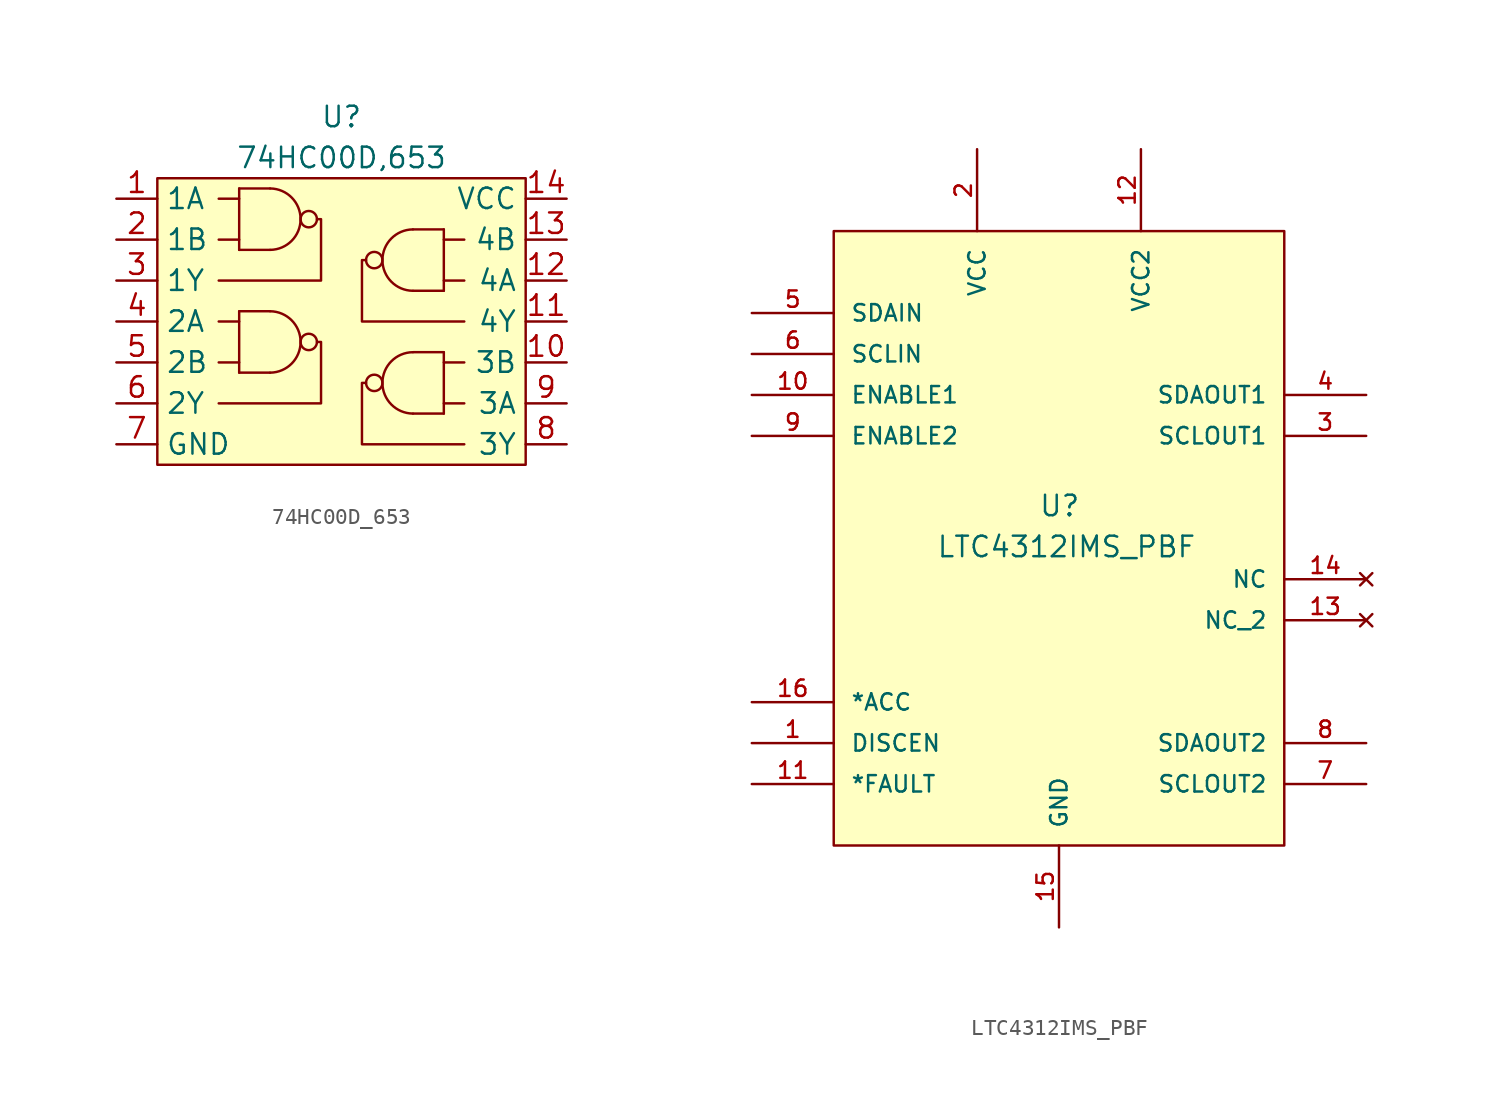
<source format=kicad_sym>
(kicad_symbol_lib
  (version 20220914)
  (generator kicad_symbol_editor)
  (symbol "74HC00D_653"
    (property "Reference" "U"
      (at 0 12.7 0)
      (effects (font (size 1.27 1.27))))
    (property "Value" "74HC00D,653"
      (at 0 10.16 0)
      (effects (font (size 1.27 1.27))))
    (symbol "74HC00D_653_0_1"
      (arc (start -4.4255 -3.175) (mid -2.5399 -1.27) (end -4.4255 0.635) (stroke (width 0) (type default)) (fill (type none)))
      (arc (start -4.4255 4.445) (mid -2.5399 6.35) (end -4.4255 8.255) (stroke (width 0) (type default)) (fill (type none)))
      (circle (center -2.032 -1.27) (radius 0.508) (stroke (width 0) (type default)) (fill (type none)))
      (circle (center -2.032 6.35) (radius 0.508) (stroke (width 0) (type default)) (fill (type none)))
      (polyline (pts (xy -7.62 -2.54) (xy -6.35 -2.54)) (stroke (width 0) (type default)) (fill (type none)))
      (polyline (pts (xy -7.62 0) (xy -6.35 0)) (stroke (width 0) (type default)) (fill (type none)))
      (polyline (pts (xy -7.62 5.08) (xy -6.35 5.08)) (stroke (width 0) (type default)) (fill (type none)))
      (polyline (pts (xy -7.62 7.62) (xy -6.35 7.62)) (stroke (width 0) (type default)) (fill (type none)))
      (polyline (pts (xy -6.35 -3.175) (xy -4.445 -3.175)) (stroke (width 0) (type default)) (fill (type none)))
      (polyline (pts (xy -6.35 0.635) (xy -6.35 -3.175)) (stroke (width 0) (type default)) (fill (type none)))
      (polyline (pts (xy -6.35 4.445) (xy -4.445 4.445)) (stroke (width 0) (type default)) (fill (type none)))
      (polyline (pts (xy -6.35 8.255) (xy -6.35 4.445)) (stroke (width 0) (type default)) (fill (type none)))
      (polyline (pts (xy -4.445 0.635) (xy -6.35 0.635)) (stroke (width 0) (type default)) (fill (type none)))
      (polyline (pts (xy -4.445 8.255) (xy -6.35 8.255)) (stroke (width 0) (type default)) (fill (type none)))
      (polyline (pts (xy 4.445 -1.905) (xy 6.35 -1.905)) (stroke (width 0) (type default)) (fill (type none)))
      (polyline (pts (xy 4.445 5.715) (xy 6.35 5.715)) (stroke (width 0) (type default)) (fill (type none)))
      (polyline (pts (xy 6.35 -5.715) (xy 4.445 -5.715)) (stroke (width 0) (type default)) (fill (type none)))
      (polyline (pts (xy 6.35 -1.905) (xy 6.35 -5.715)) (stroke (width 0) (type default)) (fill (type none)))
      (polyline (pts (xy 6.35 1.905) (xy 4.445 1.905)) (stroke (width 0) (type default)) (fill (type none)))
      (polyline (pts (xy 6.35 5.715) (xy 6.35 1.905)) (stroke (width 0) (type default)) (fill (type none)))
      (polyline (pts (xy 7.62 -5.08) (xy 6.35 -5.08)) (stroke (width 0) (type default)) (fill (type none)))
      (polyline (pts (xy 7.62 -2.54) (xy 6.35 -2.54)) (stroke (width 0) (type default)) (fill (type none)))
      (polyline (pts (xy 7.62 2.54) (xy 6.35 2.54)) (stroke (width 0) (type default)) (fill (type none)))
      (polyline (pts (xy 7.62 5.08) (xy 6.35 5.08)) (stroke (width 0) (type default)) (fill (type none)))
      (polyline (pts (xy -1.524 -1.27) (xy -1.27 -1.27) (xy -1.27 -5.08) (xy -7.62 -5.08)) (stroke (width 0) (type default)) (fill (type none)))
      (polyline (pts (xy -1.524 6.35) (xy -1.27 6.35) (xy -1.27 2.54) (xy -7.62 2.54)) (stroke (width 0) (type default)) (fill (type none)))
      (polyline (pts (xy 1.524 -3.81) (xy 1.27 -3.81) (xy 1.27 -7.62) (xy 7.62 -7.62)) (stroke (width 0) (type default)) (fill (type none)))
      (polyline (pts (xy 1.524 3.81) (xy 1.27 3.81) (xy 1.27 0) (xy 7.62 0)) (stroke (width 0) (type default)) (fill (type none)))
      (circle (center 2.032 -3.81) (radius 0.508) (stroke (width 0) (type default)) (fill (type none)))
      (circle (center 2.032 3.81) (radius 0.508) (stroke (width 0) (type default)) (fill (type none)))
      (arc (start 4.4255 -1.905) (mid 2.5399 -3.81) (end 4.4255 -5.715) (stroke (width 0) (type default)) (fill (type none)))
      (arc (start 4.4255 5.715) (mid 2.5399 3.81) (end 4.4255 1.905) (stroke (width 0) (type default)) (fill (type none))))
    (symbol "74HC00D_653_1_0"
      (pin input line (at 13.97 -2.54 180) (length 2.54) (name "3B" (effects (font (size 1.27 1.27)))) (number "10" (effects (font (size 1.27 1.27)))))
      (pin output line (at 13.97 0 180) (length 2.54) (name "4Y" (effects (font (size 1.27 1.27)))) (number "11" (effects (font (size 1.27 1.27)))))
      (pin input line (at 13.97 2.54 180) (length 2.54) (name "4A" (effects (font (size 1.27 1.27)))) (number "12" (effects (font (size 1.27 1.27)))))
      (pin input line (at 13.97 5.08 180) (length 2.54) (name "4B" (effects (font (size 1.27 1.27)))) (number "13" (effects (font (size 1.27 1.27)))))
      (pin power_in line (at 13.97 7.62 180) (length 2.54) (name "VCC" (effects (font (size 1.27 1.27)))) (number "14" (effects (font (size 1.27 1.27)))))
      (pin input line (at -13.97 -2.54 0) (length 2.54) (name "2B" (effects (font (size 1.27 1.27)))) (number "5" (effects (font (size 1.27 1.27)))))
      (pin output line (at -13.97 -5.08 0) (length 2.54) (name "2Y" (effects (font (size 1.27 1.27)))) (number "6" (effects (font (size 1.27 1.27)))))
      (pin power_in line (at -13.97 -7.62 0) (length 2.54) (name "GND" (effects (font (size 1.27 1.27)))) (number "7" (effects (font (size 1.27 1.27)))))
      (pin output line (at 13.97 -7.62 180) (length 2.54) (name "3Y" (effects (font (size 1.27 1.27)))) (number "8" (effects (font (size 1.27 1.27)))))
      (pin input line (at 13.97 -5.08 180) (length 2.54) (name "3A" (effects (font (size 1.27 1.27)))) (number "9" (effects (font (size 1.27 1.27))))))
    (symbol "74HC00D_653_1_1"
      (rectangle (start -11.43 8.89) (end 11.43 -8.89) (stroke (width 0) (type default)) (fill (type background)))
      (pin input line (at -13.97 7.62 0) (length 2.54) (name "1A" (effects (font (size 1.27 1.27)))) (number "1" (effects (font (size 1.27 1.27)))))
      (pin input line (at -13.97 5.08 0) (length 2.54) (name "1B" (effects (font (size 1.27 1.27)))) (number "2" (effects (font (size 1.27 1.27)))))
      (pin output line (at -13.97 2.54 0) (length 2.54) (name "1Y" (effects (font (size 1.27 1.27)))) (number "3" (effects (font (size 1.27 1.27)))))
      (pin input line (at -13.97 0 0) (length 2.54) (name "2A" (effects (font (size 1.27 1.27)))) (number "4" (effects (font (size 1.27 1.27)))))))
  (symbol "LTC4312IMS_PBF"
    (pin_names
      (offset 1.016))
    (property "Reference" "U"
      (at -1.27 0 0)
      (effects (font (size 1.27 1.27)) (justify left bottom)))
    (property "Value" "LTC4312IMS_PBF"
      (at -7.62 -2.54 0)
      (effects (font (size 1.27 1.27)) (justify left bottom)))
    (symbol "LTC4312IMS_PBF_0_0"
      (rectangle (start -13.97 17.78) (end 13.97 -20.32) (stroke (width 0.152) (type default)) (fill (type background))))
    (symbol "LTC4312IMS_PBF_1_0"
      (pin input line (at -19.05 -13.97 0) (length 5.08) (name "DISCEN" (effects (font (size 1.016 1.016)))) (number "1" (effects (font (size 1.016 1.016)))))
      (pin bidirectional line (at -19.05 7.62 0) (length 5.08) (name "ENABLE1" (effects (font (size 1.016 1.016)))) (number "10" (effects (font (size 1.016 1.016)))))
      (pin output line (at -19.05 -16.51 0) (length 5.08) (name "*FAULT" (effects (font (size 1.016 1.016)))) (number "11" (effects (font (size 1.016 1.016)))))
      (pin power_in line (at 5.08 22.86 270) (length 5.08) (name "VCC2" (effects (font (size 1.016 1.016)))) (number "12" (effects (font (size 1.016 1.016)))))
      (pin no_connect line (at 19.05 -6.35 180) (length 5.08) (name "NC_2" (effects (font (size 1.016 1.016)))) (number "13" (effects (font (size 1.016 1.016)))))
      (pin no_connect line (at 19.05 -3.81 180) (length 5.08) (name "NC" (effects (font (size 1.016 1.016)))) (number "14" (effects (font (size 1.016 1.016)))))
      (pin power_in line (at 0 -25.4 90) (length 5.08) (name "GND" (effects (font (size 1.016 1.016)))) (number "15" (effects (font (size 1.016 1.016)))))
      (pin passive line (at -19.05 -11.43 0) (length 5.08) (name "*ACC" (effects (font (size 1.016 1.016)))) (number "16" (effects (font (size 1.016 1.016)))))
      (pin power_in line (at -5.08 22.86 270) (length 5.08) (name "VCC" (effects (font (size 1.016 1.016)))) (number "2" (effects (font (size 1.016 1.016)))))
      (pin bidirectional line (at 19.05 5.08 180) (length 5.08) (name "SCLOUT1" (effects (font (size 1.016 1.016)))) (number "3" (effects (font (size 1.016 1.016)))))
      (pin bidirectional line (at 19.05 7.62 180) (length 5.08) (name "SDAOUT1" (effects (font (size 1.016 1.016)))) (number "4" (effects (font (size 1.016 1.016)))))
      (pin bidirectional line (at -19.05 12.7 0) (length 5.08) (name "SDAIN" (effects (font (size 1.016 1.016)))) (number "5" (effects (font (size 1.016 1.016)))))
      (pin bidirectional line (at -19.05 10.16 0) (length 5.08) (name "SCLIN" (effects (font (size 1.016 1.016)))) (number "6" (effects (font (size 1.016 1.016)))))
      (pin bidirectional line (at 19.05 -16.51 180) (length 5.08) (name "SCLOUT2" (effects (font (size 1.016 1.016)))) (number "7" (effects (font (size 1.016 1.016)))))
      (pin bidirectional line (at 19.05 -13.97 180) (length 5.08) (name "SDAOUT2" (effects (font (size 1.016 1.016)))) (number "8" (effects (font (size 1.016 1.016)))))
      (pin bidirectional line (at -19.05 5.08 0) (length 5.08) (name "ENABLE2" (effects (font (size 1.016 1.016)))) (number "9" (effects (font (size 1.016 1.016))))))))
</source>
